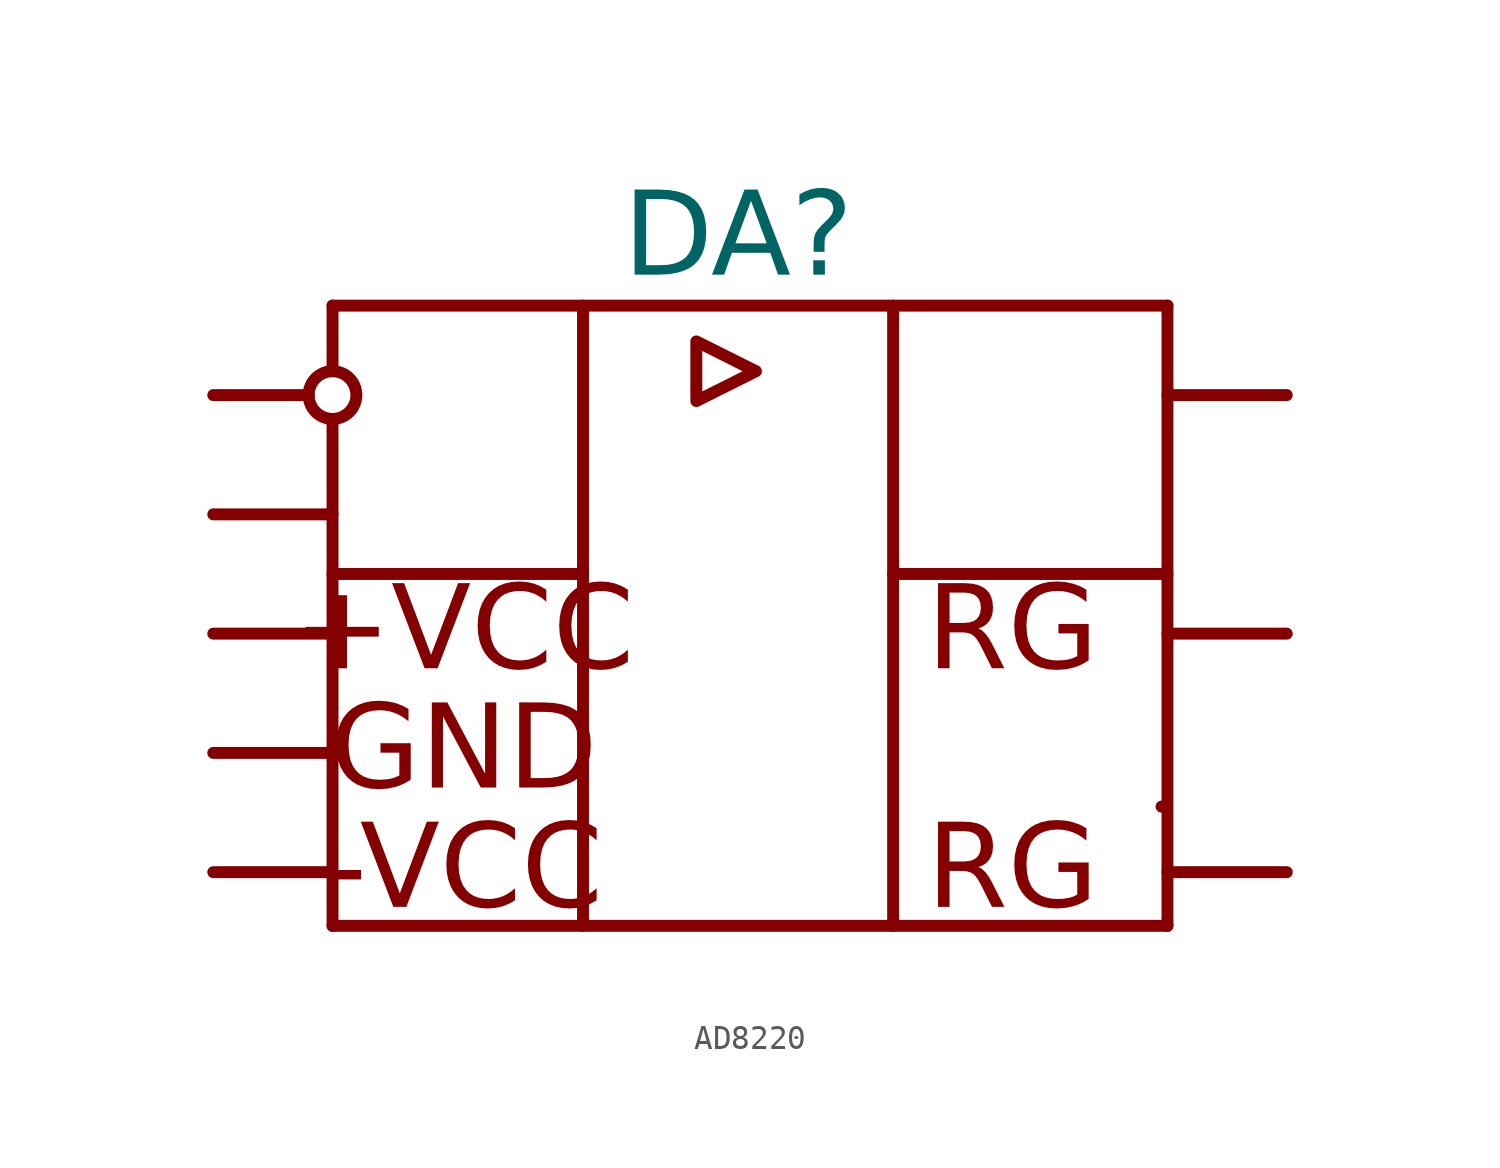
<source format=kicad_sym>
(kicad_symbol_lib
  (version 20241209)
  (generator "kicad_symbol_editor")
  (generator_version "9.0")
  (symbol "AD8220"
    (pin_numbers
      (hide yes))
    (pin_names
      (offset 0.5))
    (property "Reference" "DA"
      (at 22 6.5 0)
      (effects (font (face "GOST type A") (size 3.5 3.5))))
    (property "Value" ""
      (at 0 0 0)
      (effects (font (size 1.27 1.27))))
    (symbol "AD8220_0_1"
      (polyline (pts (xy 4 0) (xy 0 0)) (stroke (width 0.5) (type default)) (fill (type none)))
      (polyline (pts (xy 5 1) (xy 5 3.75)) (stroke (width 0.5) (type default)) (fill (type none)))
      (circle (center 5 0) (radius 1) (stroke (width 0.5) (type default)) (fill (type none)))
      (polyline (pts (xy 5 -1.25) (xy 5 -22.25)) (stroke (width 0.5) (type default)) (fill (type none))))
    (symbol "AD8220_1_1"
      (polyline (pts (xy 0 -20) (xy 5 -20)) (stroke (width 0.5) (type solid)) (fill (type none)))
      (polyline (pts (xy 5 3.75) (xy 40 3.75)) (stroke (width 0.5) (type solid)) (fill (type none)))
      (polyline (pts (xy 5 -5) (xy 0 -5)) (stroke (width 0.5) (type solid)) (fill (type none)))
      (polyline (pts (xy 5 -7.5) (xy 15.5 -7.5)) (stroke (width 0.5) (type solid)) (fill (type none)))
      (polyline (pts (xy 5 -10) (xy 0 -10)) (stroke (width 0.5) (type solid)) (fill (type none)))
      (polyline (pts (xy 5 -15) (xy 0 -15)) (stroke (width 0.5) (type solid)) (fill (type none)))
      (polyline (pts (xy 5 -22.25) (xy 40 -22.25)) (stroke (width 0.5) (type solid)) (fill (type none)))
      (polyline (pts (xy 15.5 3.75) (xy 15.5 -22.25)) (stroke (width 0.5) (type solid)) (fill (type none)))
      (polyline (pts (xy 20.25 2.25) (xy 20.25 -0.25) (xy 22.75 1) (xy 20.25 2.25)) (stroke (width 0.5) (type default)) (fill (type none)))
      (polyline (pts (xy 28.5 3.75) (xy 28.5 -22.25)) (stroke (width 0.5) (type solid)) (fill (type none)))
      (polyline (pts (xy 39.75 -17.25) (xy 39.75 -17.25)) (stroke (width 0.5) (type solid)) (fill (type none)))
      (polyline (pts (xy 40 3.75) (xy 40 -22.25)) (stroke (width 0.5) (type solid)) (fill (type none)))
      (polyline (pts (xy 40 0) (xy 45 0)) (stroke (width 0.5) (type solid)) (fill (type none)))
      (polyline (pts (xy 40 -7.5) (xy 28.5 -7.5)) (stroke (width 0.5) (type solid)) (fill (type none)))
      (polyline (pts (xy 40 -10) (xy 45 -10)) (stroke (width 0.5) (type solid)) (fill (type none)))
      (polyline (pts (xy 40 -20) (xy 45 -20)) (stroke (width 0.5) (type solid)) (fill (type none)))
      (text "+VCC" (at 10.5 -10 0) (effects (font (face "GOST type A") (size 3.5 3.5))))
      (text "GND" (at 10.5 -15 0) (effects (font (face "GOST type A") (size 3.5 3.5))))
      (text "-VCC" (at 10.5 -20 0) (effects (font (face "GOST type A") (size 3.5 3.5))))
      (text "RG" (at 33.5 -10 0) (effects (font (face "GOST type A") (size 3.5 3.5))))
      (text "RG" (at 33.5 -20 0) (effects (font (face "GOST type A") (size 3.5 3.5))))
      (pin input line (at 0 0 0) (length 4) (name "" (effects (font (size 2.5 2.5)))) (number "1" (effects (font (size 2.5 2.5)))))
      (pin input line (at 0 -5 0) (length 4) (name "" (effects (font (size 2.5 2.5)))) (number "4" (effects (font (size 2.5 2.5)))))
      (pin power_in line (at 0 -10 0) (length 4) (name "" (effects (font (size 2.5 2.5)))) (number "8" (effects (font (size 2.5 2.5)))))
      (pin power_in line (at 0 -15 0) (length 4) (name "" (effects (font (size 2.5 2.5)))) (number "6" (effects (font (size 2.5 2.5)))))
      (pin power_in line (at 0 -20 0) (length 4) (name "" (effects (font (size 2.5 2.5)))) (number "5" (effects (font (size 2.5 2.5)))))
      (pin output line (at 45 0 180) (length 4) (name "" (effects (font (size 2.5 2.5)))) (number "7" (effects (font (size 2.5 2.5)))))
      (pin passive line (at 45 -10 180) (length 4) (name "" (effects (font (size 2.5 2.5)))) (number "2" (effects (font (size 2.5 2.5)))))
      (pin passive line (at 45 -20 180) (length 4) (name "" (effects (font (size 2.5 2.5)))) (number "3" (effects (font (size 2.5 2.5))))))))
</source>
